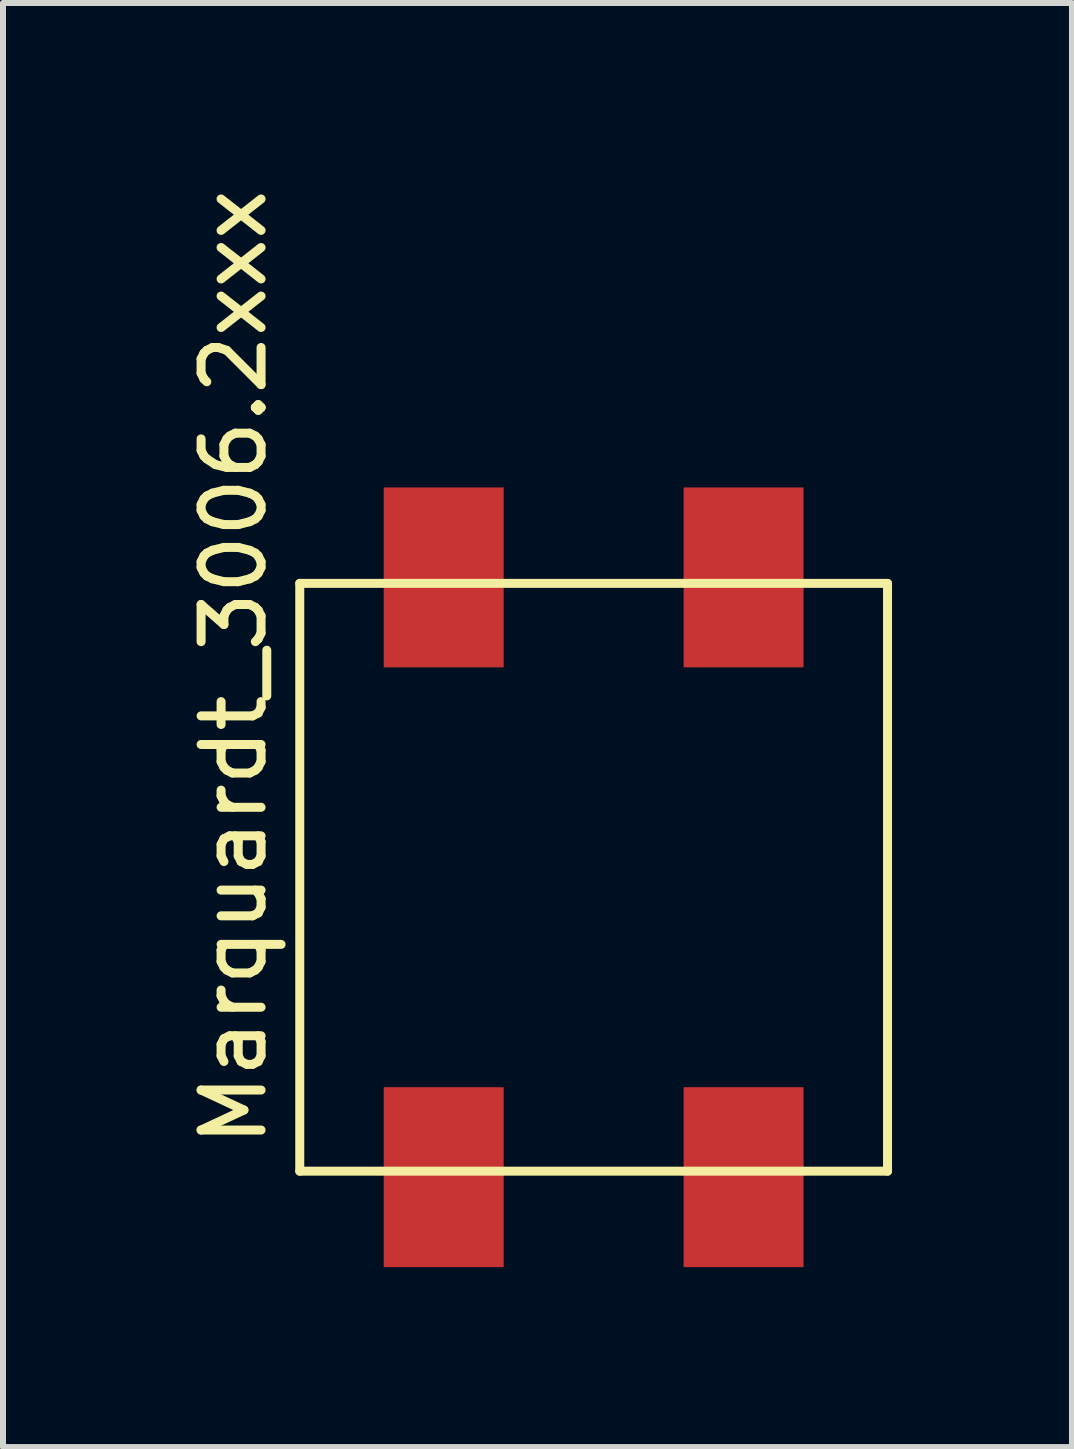
<source format=kicad_pcb>
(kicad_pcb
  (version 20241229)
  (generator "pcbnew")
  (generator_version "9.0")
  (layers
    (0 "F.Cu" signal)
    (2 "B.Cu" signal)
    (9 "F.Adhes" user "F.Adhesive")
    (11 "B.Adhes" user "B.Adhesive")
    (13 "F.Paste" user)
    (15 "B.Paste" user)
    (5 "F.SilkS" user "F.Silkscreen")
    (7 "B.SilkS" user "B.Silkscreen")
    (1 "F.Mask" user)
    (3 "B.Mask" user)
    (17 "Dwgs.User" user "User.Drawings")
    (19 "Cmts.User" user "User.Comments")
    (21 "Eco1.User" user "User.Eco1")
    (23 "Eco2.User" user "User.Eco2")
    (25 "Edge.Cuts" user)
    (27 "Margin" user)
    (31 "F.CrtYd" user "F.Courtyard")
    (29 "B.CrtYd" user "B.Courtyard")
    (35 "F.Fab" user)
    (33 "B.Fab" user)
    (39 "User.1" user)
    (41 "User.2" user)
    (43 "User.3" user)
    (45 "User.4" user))
  (footprint "Marquardt_3006.2xxx"
    (layer "F.Cu")
    (at 6.848 11.577)
    (property "Reference" "Marquardt_3006.2xxx" (at -6 -3.5 90) (layer "F.SilkS") (effects (font (size 1 1) (thickness 0.15))))
    (attr through_hole)
    (fp_line (start -4.9 -4.9) (end 4.9 -4.9) (stroke (width 0.15) (type solid)) (layer "F.SilkS"))
    (fp_line (start -4.9 4.9) (end -4.9 -4.9) (stroke (width 0.15) (type solid)) (layer "F.SilkS"))
    (fp_line (start 4.9 -4.9) (end 4.9 4.9) (stroke (width 0.15) (type solid)) (layer "F.SilkS"))
    (fp_line (start 4.9 4.9) (end -4.9 4.9) (stroke (width 0.15) (type solid)) (layer "F.SilkS"))
    (pad "1" smd rect (at 2.5 5) (size 2 3) (layers "F.Cu" "F.Mask" "F.Paste"))
    (pad "2" smd rect (at -2.5 -5) (size 2 3) (layers "F.Cu" "F.Mask" "F.Paste"))
    (pad "A" smd rect (at -2.5 5) (size 2 3) (layers "F.Cu" "F.Mask" "F.Paste"))
    (pad "K" smd rect (at 2.5 -5) (size 2 3) (layers "F.Cu" "F.Mask" "F.Paste")))
  (gr_rect
    (start -3 -3)
    (end 14.823 21.077)
    (stroke (width 0.1) (type default))
    (fill no)
    (layer "Edge.Cuts")))
</source>
